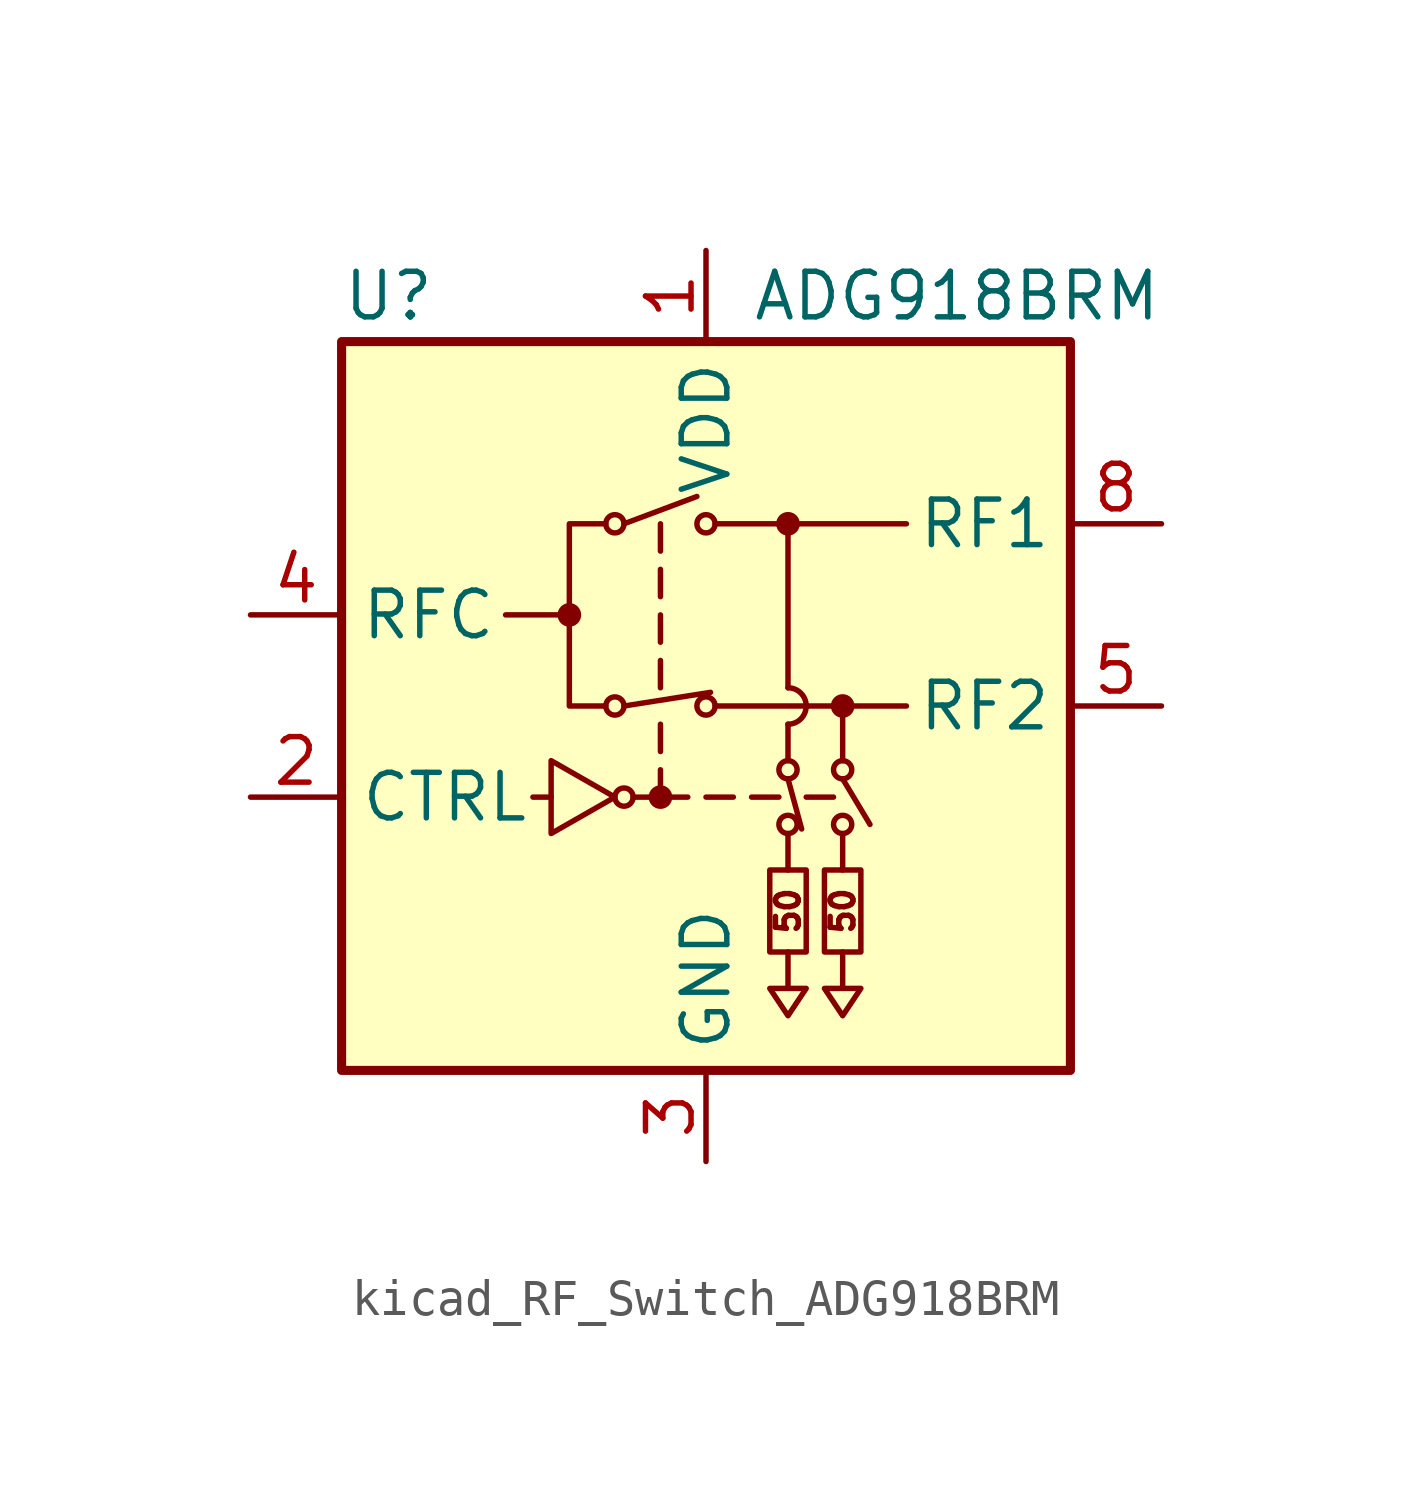
<source format=kicad_sym>
(kicad_symbol_lib
  (version 20220914)
  (generator kicad_symbol_editor)
  (symbol "kicad_RF_Switch_ADG918BRM"
    (property "Reference" "U"
      (at -10.16 11.43 0)
      (effects (font (size 1.27 1.27)) (justify left)))
    (property "Value" "ADG918BRM"
      (at 1.27 11.43 0)
      (effects (font (size 1.27 1.27)) (justify left)))
    (symbol "kicad_RF_Switch_ADG918BRM_0_0"
      (rectangle (start -10.16 10.16) (end 10.16 -10.16) (stroke (width 0.254) (type default)) (fill (type background)))
      (circle (center -3.81 2.54) (radius 0.254) (stroke (width 0) (type default)) (fill (type outline)))
      (circle (center -2.286 -2.54) (radius 0.254) (stroke (width 0) (type default)) (fill (type none)))
      (circle (center -1.27 -2.54) (radius 0.254) (stroke (width 0) (type default)) (fill (type outline)))
      (polyline (pts (xy -4.318 -2.54) (xy -4.826 -2.54)) (stroke (width 0) (type default)) (fill (type none)))
      (polyline (pts (xy -3.81 2.54) (xy -5.588 2.54)) (stroke (width 0) (type default)) (fill (type none)))
      (polyline (pts (xy -1.27 -2.54) (xy -1.27 -1.778)) (stroke (width 0) (type default)) (fill (type none)))
      (polyline (pts (xy -1.27 -1.27) (xy -1.27 -0.508)) (stroke (width 0) (type default)) (fill (type none)))
      (polyline (pts (xy -1.27 1.27) (xy -1.27 0.508)) (stroke (width 0) (type default)) (fill (type none)))
      (polyline (pts (xy -1.27 2.54) (xy -1.27 1.778)) (stroke (width 0) (type default)) (fill (type none)))
      (polyline (pts (xy -1.27 3.81) (xy -1.27 3.048)) (stroke (width 0) (type default)) (fill (type none)))
      (polyline (pts (xy -1.27 5.08) (xy -1.27 4.318)) (stroke (width 0) (type default)) (fill (type none)))
      (polyline (pts (xy -0.508 -2.54) (xy -2.032 -2.54)) (stroke (width 0) (type default)) (fill (type none)))
      (polyline (pts (xy 0 -2.54) (xy 0.762 -2.54)) (stroke (width 0) (type default)) (fill (type none)))
      (polyline (pts (xy 0.254 0) (xy 5.588 0)) (stroke (width 0) (type default)) (fill (type none)))
      (polyline (pts (xy 0.254 5.08) (xy 5.588 5.08)) (stroke (width 0) (type default)) (fill (type none)))
      (polyline (pts (xy 2.032 -2.54) (xy 1.27 -2.54)) (stroke (width 0) (type default)) (fill (type none)))
      (polyline (pts (xy 2.286 0.508) (xy 2.286 5.08)) (stroke (width 0) (type default)) (fill (type none)))
      (polyline (pts (xy 3.556 -2.54) (xy 2.794 -2.54)) (stroke (width 0) (type default)) (fill (type none)))
      (polyline (pts (xy -4.318 -1.524) (xy -4.318 -3.556) (xy -2.54 -2.54) (xy -4.318 -1.524)) (stroke (width 0) (type default)) (fill (type none)))
      (polyline (pts (xy -2.794 0) (xy -3.81 0) (xy -3.81 5.08) (xy -2.794 5.08)) (stroke (width 0) (type default)) (fill (type none)))
      (arc (start 2.286 -0.508) (mid 2.7918 0) (end 2.286 0.508) (stroke (width 0) (type default)) (fill (type none)))
      (text "50" (at 2.286 -5.715 900) (effects (font (size 0.635 0.635))))
      (text "50" (at 3.81 -5.715 900) (effects (font (size 0.635 0.635)))))
    (symbol "kicad_RF_Switch_ADG918BRM_0_1"
      (circle (center -2.54 0) (radius 0.254) (stroke (width 0) (type default)) (fill (type none)))
      (circle (center -2.54 5.08) (radius 0.254) (stroke (width 0) (type default)) (fill (type none)))
      (polyline (pts (xy -2.286 0) (xy 0.127 0.381)) (stroke (width 0) (type default)) (fill (type none)))
      (polyline (pts (xy -2.286 5.08) (xy -0.254 5.842)) (stroke (width 0) (type default)) (fill (type none)))
      (polyline (pts (xy 2.286 -3.556) (xy 2.286 -4.572)) (stroke (width 0) (type default)) (fill (type none)))
      (polyline (pts (xy 2.286 -2.032) (xy 2.667 -3.429)) (stroke (width 0) (type default)) (fill (type none)))
      (polyline (pts (xy 2.286 -0.508) (xy 2.286 -1.524)) (stroke (width 0) (type default)) (fill (type none)))
      (polyline (pts (xy 3.81 -3.556) (xy 3.81 -4.572)) (stroke (width 0) (type default)) (fill (type none)))
      (polyline (pts (xy 3.81 -2.032) (xy 4.572 -3.302)) (stroke (width 0) (type default)) (fill (type none)))
      (polyline (pts (xy 3.81 0) (xy 3.81 -1.524)) (stroke (width 0) (type default)) (fill (type none)))
      (polyline (pts (xy 2.286 -6.858) (xy 2.286 -7.874) (xy 1.778 -7.874) (xy 2.286 -8.636) (xy 2.794 -7.874) (xy 2.286 -7.874)) (stroke (width 0) (type default)) (fill (type none)))
      (polyline (pts (xy 3.81 -6.858) (xy 3.81 -7.874) (xy 3.302 -7.874) (xy 3.81 -8.636) (xy 4.318 -7.874) (xy 3.81 -7.874)) (stroke (width 0) (type default)) (fill (type none)))
      (circle (center 0 0) (radius 0.254) (stroke (width 0) (type default)) (fill (type none)))
      (circle (center 0 5.08) (radius 0.254) (stroke (width 0) (type default)) (fill (type none)))
      (rectangle (start 1.778 -4.572) (end 2.794 -6.858) (stroke (width 0) (type default)) (fill (type none)))
      (circle (center 2.286 -3.302) (radius 0.254) (stroke (width 0) (type default)) (fill (type none)))
      (circle (center 2.286 -1.778) (radius 0.254) (stroke (width 0) (type default)) (fill (type none)))
      (circle (center 2.286 5.08) (radius 0.254) (stroke (width 0) (type default)) (fill (type outline)))
      (rectangle (start 3.302 -4.572) (end 4.318 -6.858) (stroke (width 0) (type default)) (fill (type none)))
      (circle (center 3.81 -3.302) (radius 0.254) (stroke (width 0) (type default)) (fill (type none)))
      (circle (center 3.81 -1.778) (radius 0.254) (stroke (width 0) (type default)) (fill (type none)))
      (circle (center 3.81 0) (radius 0.254) (stroke (width 0) (type default)) (fill (type outline))))
    (symbol "kicad_RF_Switch_ADG918BRM_1_1"
      (pin power_in line (at 0 12.7 270) (length 2.54) (name "VDD" (effects (font (size 1.27 1.27)))) (number "1" (effects (font (size 1.27 1.27)))))
      (pin input line (at -12.7 -2.54 0) (length 2.54) (name "CTRL" (effects (font (size 1.27 1.27)))) (number "2" (effects (font (size 1.27 1.27)))))
      (pin power_in line (at 0 -12.7 90) (length 2.54) (name "GND" (effects (font (size 1.27 1.27)))) (number "3" (effects (font (size 1.27 1.27)))))
      (pin passive line (at -12.7 2.54 0) (length 2.54) (name "RFC" (effects (font (size 1.27 1.27)))) (number "4" (effects (font (size 1.27 1.27)))))
      (pin passive line (at 12.7 0 180) (length 2.54) (name "RF2" (effects (font (size 1.27 1.27)))) (number "5" (effects (font (size 1.27 1.27)))))
      (pin passive line (at 0 -12.7 90) (length 2.54) hide (name "GND" (effects (font (size 1.27 1.27)))) (number "6" (effects (font (size 1.27 1.27)))))
      (pin passive line (at 0 -12.7 90) (length 2.54) hide (name "GND" (effects (font (size 1.27 1.27)))) (number "7" (effects (font (size 1.27 1.27)))))
      (pin passive line (at 12.7 5.08 180) (length 2.54) (name "RF1" (effects (font (size 1.27 1.27)))) (number "8" (effects (font (size 1.27 1.27))))))))
</source>
